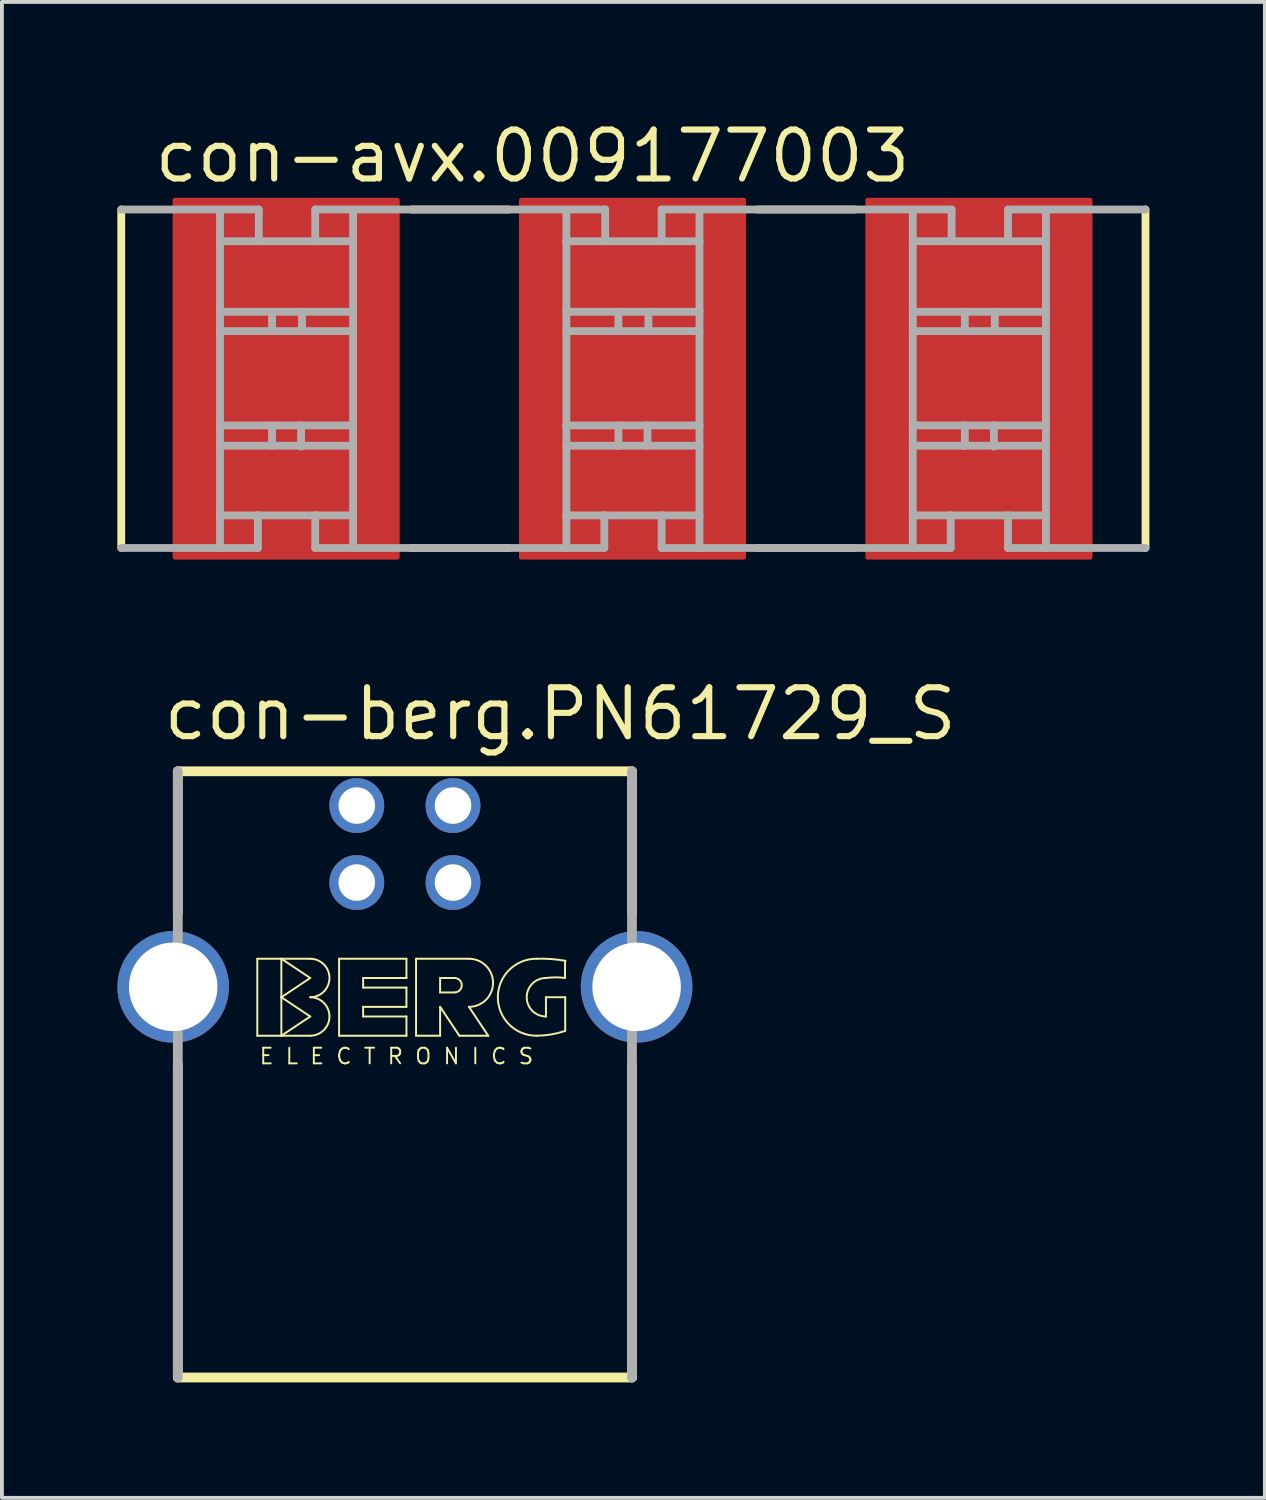
<source format=kicad_pcb>
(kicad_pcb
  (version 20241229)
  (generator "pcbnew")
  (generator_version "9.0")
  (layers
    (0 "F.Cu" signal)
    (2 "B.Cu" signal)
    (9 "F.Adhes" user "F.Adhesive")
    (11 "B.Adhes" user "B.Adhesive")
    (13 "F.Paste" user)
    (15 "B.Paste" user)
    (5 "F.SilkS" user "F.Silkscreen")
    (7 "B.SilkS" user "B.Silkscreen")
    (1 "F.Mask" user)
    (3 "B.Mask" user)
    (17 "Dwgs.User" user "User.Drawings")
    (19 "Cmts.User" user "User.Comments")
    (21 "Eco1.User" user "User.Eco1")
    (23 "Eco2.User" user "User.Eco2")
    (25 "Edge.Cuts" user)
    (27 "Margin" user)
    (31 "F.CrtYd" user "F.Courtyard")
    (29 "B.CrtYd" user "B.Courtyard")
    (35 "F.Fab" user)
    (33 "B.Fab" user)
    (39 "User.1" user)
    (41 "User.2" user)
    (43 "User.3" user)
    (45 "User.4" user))
  (footprint "con-berg.PN61729_S"
    (layer "F.Cu")
    (at 7.47 22.59)
    (property "Reference" "con-berg.PN61729_S" (at -6.35 -6.35 0) (layer "F.SilkS") (effects (font (size 1.27 1.27) (thickness 0.16)) (justify left bottom)))
    (attr through_hole)
    (fp_line (start -5.9 -5.6) (end -5.9 -1.915) (stroke (width 0.254) (type default)) (layer "F.SilkS"))
    (fp_line (start -5.9 2.02) (end -5.9 10.15) (stroke (width 0.254) (type default)) (layer "F.SilkS"))
    (fp_line (start -5.9 10.15) (end 5.9 10.15) (stroke (width 0.254) (type default)) (layer "F.SilkS"))
    (fp_line (start -3.835 -0.73) (end -3.835 1.27) (stroke (width 0.051) (type default)) (layer "F.SilkS"))
    (fp_line (start -3.835 1.27) (end -3.21 1.27) (stroke (width 0.051) (type default)) (layer "F.SilkS"))
    (fp_line (start -3.21 -0.73) (end -3.835 -0.73) (stroke (width 0.051) (type default)) (layer "F.SilkS"))
    (fp_line (start -3.21 -0.73) (end -2.46 -0.23) (stroke (width 0.051) (type default)) (layer "F.SilkS"))
    (fp_line (start -3.21 0.27) (end -3.21 -0.73) (stroke (width 0.051) (type default)) (layer "F.SilkS"))
    (fp_line (start -3.21 0.27) (end -2.46 0.77) (stroke (width 0.051) (type default)) (layer "F.SilkS"))
    (fp_line (start -3.21 1.27) (end -3.21 0.27) (stroke (width 0.051) (type default)) (layer "F.SilkS"))
    (fp_line (start -2.46 -0.73) (end -3.21 -0.73) (stroke (width 0.051) (type default)) (layer "F.SilkS"))
    (fp_line (start -2.46 -0.23) (end -3.21 0.27) (stroke (width 0.051) (type default)) (layer "F.SilkS"))
    (fp_line (start -2.46 0.77) (end -3.21 1.27) (stroke (width 0.051) (type default)) (layer "F.SilkS"))
    (fp_line (start -2.46 1.27) (end -3.21 1.27) (stroke (width 0.051) (type default)) (layer "F.SilkS"))
    (fp_line (start -1.71 -0.73) (end -1.71 1.27) (stroke (width 0.051) (type default)) (layer "F.SilkS"))
    (fp_line (start -1.71 1.27) (end 0.04 1.27) (stroke (width 0.051) (type default)) (layer "F.SilkS"))
    (fp_line (start -1.085 -0.23) (end 0.04 -0.23) (stroke (width 0.051) (type default)) (layer "F.SilkS"))
    (fp_line (start -1.085 0.02) (end -1.085 -0.23) (stroke (width 0.051) (type default)) (layer "F.SilkS"))
    (fp_line (start -1.085 0.52) (end 0.04 0.52) (stroke (width 0.051) (type default)) (layer "F.SilkS"))
    (fp_line (start -1.085 0.77) (end -1.085 0.52) (stroke (width 0.051) (type default)) (layer "F.SilkS"))
    (fp_line (start 0.04 -0.73) (end -1.71 -0.73) (stroke (width 0.051) (type default)) (layer "F.SilkS"))
    (fp_line (start 0.04 -0.23) (end 0.04 -0.73) (stroke (width 0.051) (type default)) (layer "F.SilkS"))
    (fp_line (start 0.04 0.02) (end -1.085 0.02) (stroke (width 0.051) (type default)) (layer "F.SilkS"))
    (fp_line (start 0.04 0.52) (end 0.04 0.02) (stroke (width 0.051) (type default)) (layer "F.SilkS"))
    (fp_line (start 0.04 0.77) (end -1.085 0.77) (stroke (width 0.051) (type default)) (layer "F.SilkS"))
    (fp_line (start 0.04 1.27) (end 0.04 0.77) (stroke (width 0.051) (type default)) (layer "F.SilkS"))
    (fp_line (start 0.29 -0.73) (end 0.29 1.27) (stroke (width 0.051) (type default)) (layer "F.SilkS"))
    (fp_line (start 0.29 -0.73) (end 1.665 -0.73) (stroke (width 0.051) (type default)) (layer "F.SilkS"))
    (fp_line (start 0.29 1.27) (end 0.915 1.27) (stroke (width 0.051) (type default)) (layer "F.SilkS"))
    (fp_line (start 0.915 -0.23) (end 0.915 0.145) (stroke (width 0.051) (type default)) (layer "F.SilkS"))
    (fp_line (start 0.915 -0.23) (end 1.29 -0.23) (stroke (width 0.051) (type default)) (layer "F.SilkS"))
    (fp_line (start 0.915 0.145) (end 1.29 0.145) (stroke (width 0.051) (type default)) (layer "F.SilkS"))
    (fp_line (start 0.915 0.52) (end 1.415 1.27) (stroke (width 0.051) (type default)) (layer "F.SilkS"))
    (fp_line (start 0.915 1.27) (end 0.915 0.52) (stroke (width 0.051) (type default)) (layer "F.SilkS"))
    (fp_line (start 1.415 1.27) (end 2.165 1.27) (stroke (width 0.051) (type default)) (layer "F.SilkS"))
    (fp_line (start 2.165 1.27) (end 1.665 0.52) (stroke (width 0.051) (type default)) (layer "F.SilkS"))
    (fp_line (start 3.665 0.27) (end 3.665 0.77) (stroke (width 0.051) (type default)) (layer "F.SilkS"))
    (fp_line (start 3.665 0.27) (end 4.165 0.27) (stroke (width 0.051) (type default)) (layer "F.SilkS"))
    (fp_line (start 4.16 -0.23) (end 4.16 -0.675) (stroke (width 0.051) (type default)) (layer "F.SilkS"))
    (fp_line (start 4.165 0.27) (end 4.165 1.145) (stroke (width 0.051) (type default)) (layer "F.SilkS"))
    (fp_line (start 5.9 -5.6) (end -5.9 -5.6) (stroke (width 0.254) (type default)) (layer "F.SilkS"))
    (fp_line (start 5.9 -1.915) (end 5.9 -5.6) (stroke (width 0.254) (type default)) (layer "F.SilkS"))
    (fp_line (start 5.9 10.15) (end 5.9 2.02) (stroke (width 0.254) (type default)) (layer "F.SilkS"))
    (fp_arc (start -2.46 -0.73) (mid -1.96 -0.23) (end -2.46 0.27) (stroke (width 0.0508) (type default)) (layer "F.SilkS"))
    (fp_arc (start -2.46 0.27) (mid -1.96 0.77) (end -2.46 1.27) (stroke (width 0.0508) (type default)) (layer "F.SilkS"))
    (fp_arc (start 1.29 -0.23) (mid 1.4775 -0.0425) (end 1.29 0.145) (stroke (width 0.0508) (type default)) (layer "F.SilkS"))
    (fp_arc (start 1.665 -0.73) (mid 2.29 -0.105) (end 1.665 0.52) (stroke (width 0.0508) (type default)) (layer "F.SilkS"))
    (fp_arc (start 3.415 -0.73) (mid 3.796448 -0.72251) (end 4.175 -0.675) (stroke (width 0.0508) (type default)) (layer "F.SilkS"))
    (fp_arc (start 3.415 1.27) (mid 2.415 0.27) (end 3.415 -0.73) (stroke (width 0.0508) (type default)) (layer "F.SilkS"))
    (fp_arc (start 3.665 -0.23) (mid 3.915 -0.246593) (end 4.165 -0.23) (stroke (width 0.0508) (type default)) (layer "F.SilkS"))
    (fp_arc (start 3.665 0.77) (mid 3.165 0.27) (end 3.665 -0.23) (stroke (width 0.0508) (type default)) (layer "F.SilkS"))
    (fp_arc (start 4.165 1.145) (mid 3.795035 1.237709) (end 3.415 1.27) (stroke (width 0.0508) (type default)) (layer "F.SilkS"))
    (fp_line (start -5.9 -5.6) (end -5.9 10.15) (stroke (width 0.254) (type default)) (layer "F.Fab"))
    (fp_line (start 5.9 10.15) (end 5.9 -5.6) (stroke (width 0.254) (type default)) (layer "F.Fab"))
    (fp_text user "E L E C T R O N I C S" (at -3.81 2.04 0) (layer "F.SilkS") (effects (font (size 0.406 0.406) (thickness 0.05)) (justify left bottom)))
    (pad "1" thru_hole circle (at 1.25 -4.71) (size 1.425 1.425) (drill 0.95) (layers "*.Cu" "*.Mask"))
    (pad "2" thru_hole circle (at -1.25 -4.71) (size 1.425 1.425) (drill 0.95) (layers "*.Cu" "*.Mask"))
    (pad "3" thru_hole circle (at -1.25 -2.71) (size 1.425 1.425) (drill 0.95) (layers "*.Cu" "*.Mask"))
    (pad "4" thru_hole circle (at 1.25 -2.71) (size 1.425 1.425) (drill 0.95) (layers "*.Cu" "*.Mask"))
    (pad "S1" thru_hole circle (at -6.02 0) (size 2.9 2.9) (drill 2.3) (layers "*.Cu" "*.Mask"))
    (pad "S2" thru_hole circle (at 6.02 0) (size 2.9 2.9) (drill 2.3) (layers "*.Cu" "*.Mask")))
  (footprint "con-avx.009177003"
    (layer "F.Cu")
    (at 13.384 6.79)
    (property "Reference" "con-avx.009177003" (at -12.5 -5.04 0) (layer "F.SilkS") (effects (font (size 1.27 1.27) (thickness 0.16)) (justify left bottom)))
    (attr smd)
    (fp_line (start -13.283 4.397) (end -13.283 -4.397) (stroke (width 0.203) (type default)) (layer "F.SilkS"))
    (fp_line (start -5.744 -4.397) (end -3.21 -4.397) (stroke (width 0.203) (type default)) (layer "F.SilkS"))
    (fp_line (start -3.218 4.397) (end -5.744 4.397) (stroke (width 0.203) (type default)) (layer "F.SilkS"))
    (fp_line (start 3.256 -4.397) (end 5.79 -4.397) (stroke (width 0.203) (type default)) (layer "F.SilkS"))
    (fp_line (start 5.782 4.397) (end 3.24 4.397) (stroke (width 0.203) (type default)) (layer "F.SilkS"))
    (fp_line (start 13.328 -4.397) (end 13.328 4.397) (stroke (width 0.203) (type default)) (layer "F.SilkS"))
    (fp_line (start -13.283 -4.397) (end -9.71 -4.397) (stroke (width 0.203) (type default)) (layer "F.Fab"))
    (fp_line (start -10.718 -3.573) (end -10.718 -4.351) (stroke (width 0.203) (type default)) (layer "F.Fab"))
    (fp_line (start -10.718 -3.573) (end -9.71 -3.573) (stroke (width 0.203) (type default)) (layer "F.Fab"))
    (fp_line (start -10.718 -1.74) (end -10.718 -3.573) (stroke (width 0.203) (type default)) (layer "F.Fab"))
    (fp_line (start -10.718 -1.74) (end -9.366 -1.74) (stroke (width 0.203) (type default)) (layer "F.Fab"))
    (fp_line (start -10.718 -1.237) (end -10.718 -1.74) (stroke (width 0.203) (type default)) (layer "F.Fab"))
    (fp_line (start -10.718 -1.237) (end -9.366 -1.237) (stroke (width 0.203) (type default)) (layer "F.Fab"))
    (fp_line (start -10.718 1.214) (end -10.718 -1.237) (stroke (width 0.203) (type default)) (layer "F.Fab"))
    (fp_line (start -10.718 1.214) (end -9.366 1.214) (stroke (width 0.203) (type default)) (layer "F.Fab"))
    (fp_line (start -10.718 1.74) (end -10.718 1.214) (stroke (width 0.203) (type default)) (layer "F.Fab"))
    (fp_line (start -10.718 1.74) (end -9.366 1.74) (stroke (width 0.203) (type default)) (layer "F.Fab"))
    (fp_line (start -10.718 3.55) (end -10.718 1.74) (stroke (width 0.203) (type default)) (layer "F.Fab"))
    (fp_line (start -10.718 4.397) (end -10.718 3.55) (stroke (width 0.203) (type default)) (layer "F.Fab"))
    (fp_line (start -9.733 3.55) (end -10.718 3.55) (stroke (width 0.203) (type default)) (layer "F.Fab"))
    (fp_line (start -9.733 3.55) (end -8.244 3.55) (stroke (width 0.203) (type default)) (layer "F.Fab"))
    (fp_line (start -9.733 4.397) (end -13.283 4.397) (stroke (width 0.203) (type default)) (layer "F.Fab"))
    (fp_line (start -9.733 4.397) (end -9.733 3.55) (stroke (width 0.203) (type default)) (layer "F.Fab"))
    (fp_line (start -9.71 -3.573) (end -9.71 -4.397) (stroke (width 0.203) (type default)) (layer "F.Fab"))
    (fp_line (start -9.71 -3.573) (end -8.244 -3.573) (stroke (width 0.203) (type default)) (layer "F.Fab"))
    (fp_line (start -9.366 -1.74) (end -8.588 -1.74) (stroke (width 0.203) (type default)) (layer "F.Fab"))
    (fp_line (start -9.366 -1.237) (end -9.366 -1.74) (stroke (width 0.203) (type default)) (layer "F.Fab"))
    (fp_line (start -9.366 -1.237) (end -8.588 -1.237) (stroke (width 0.203) (type default)) (layer "F.Fab"))
    (fp_line (start -9.366 1.214) (end -8.611 1.214) (stroke (width 0.203) (type default)) (layer "F.Fab"))
    (fp_line (start -9.366 1.74) (end -9.366 1.214) (stroke (width 0.203) (type default)) (layer "F.Fab"))
    (fp_line (start -9.366 1.74) (end -7.26 1.74) (stroke (width 0.203) (type default)) (layer "F.Fab"))
    (fp_line (start -8.611 1.214) (end -7.26 1.214) (stroke (width 0.203) (type default)) (layer "F.Fab"))
    (fp_line (start -8.611 1.763) (end -8.611 1.214) (stroke (width 0.203) (type default)) (layer "F.Fab"))
    (fp_line (start -8.588 -1.74) (end -7.26 -1.74) (stroke (width 0.203) (type default)) (layer "F.Fab"))
    (fp_line (start -8.588 -1.237) (end -8.588 -1.74) (stroke (width 0.203) (type default)) (layer "F.Fab"))
    (fp_line (start -8.588 -1.237) (end -7.26 -1.237) (stroke (width 0.203) (type default)) (layer "F.Fab"))
    (fp_line (start -8.244 -4.397) (end -0.71 -4.397) (stroke (width 0.203) (type default)) (layer "F.Fab"))
    (fp_line (start -8.244 -3.573) (end -8.244 -4.397) (stroke (width 0.203) (type default)) (layer "F.Fab"))
    (fp_line (start -8.244 -3.573) (end -7.26 -3.573) (stroke (width 0.203) (type default)) (layer "F.Fab"))
    (fp_line (start -8.244 3.55) (end -7.26 3.55) (stroke (width 0.203) (type default)) (layer "F.Fab"))
    (fp_line (start -8.244 4.397) (end -8.244 3.55) (stroke (width 0.203) (type default)) (layer "F.Fab"))
    (fp_line (start -7.26 -3.573) (end -7.26 -4.351) (stroke (width 0.203) (type default)) (layer "F.Fab"))
    (fp_line (start -7.26 -1.74) (end -7.26 -3.573) (stroke (width 0.203) (type default)) (layer "F.Fab"))
    (fp_line (start -7.26 -1.237) (end -7.26 -1.74) (stroke (width 0.203) (type default)) (layer "F.Fab"))
    (fp_line (start -7.26 1.214) (end -7.26 -1.237) (stroke (width 0.203) (type default)) (layer "F.Fab"))
    (fp_line (start -7.26 1.74) (end -7.26 1.214) (stroke (width 0.203) (type default)) (layer "F.Fab"))
    (fp_line (start -7.26 3.55) (end -7.26 1.74) (stroke (width 0.203) (type default)) (layer "F.Fab"))
    (fp_line (start -7.26 4.397) (end -7.26 3.55) (stroke (width 0.203) (type default)) (layer "F.Fab"))
    (fp_line (start -1.718 -3.573) (end -1.718 -4.351) (stroke (width 0.203) (type default)) (layer "F.Fab"))
    (fp_line (start -1.718 -3.573) (end -0.71 -3.573) (stroke (width 0.203) (type default)) (layer "F.Fab"))
    (fp_line (start -1.718 -1.74) (end -1.718 -3.573) (stroke (width 0.203) (type default)) (layer "F.Fab"))
    (fp_line (start -1.718 -1.74) (end -0.366 -1.74) (stroke (width 0.203) (type default)) (layer "F.Fab"))
    (fp_line (start -1.718 -1.237) (end -1.718 -1.74) (stroke (width 0.203) (type default)) (layer "F.Fab"))
    (fp_line (start -1.718 -1.237) (end -0.366 -1.237) (stroke (width 0.203) (type default)) (layer "F.Fab"))
    (fp_line (start -1.718 1.214) (end -1.718 -1.237) (stroke (width 0.203) (type default)) (layer "F.Fab"))
    (fp_line (start -1.718 1.214) (end -0.366 1.214) (stroke (width 0.203) (type default)) (layer "F.Fab"))
    (fp_line (start -1.718 1.74) (end -1.718 1.214) (stroke (width 0.203) (type default)) (layer "F.Fab"))
    (fp_line (start -1.718 1.74) (end -0.366 1.74) (stroke (width 0.203) (type default)) (layer "F.Fab"))
    (fp_line (start -1.718 3.55) (end -1.718 1.74) (stroke (width 0.203) (type default)) (layer "F.Fab"))
    (fp_line (start -1.718 4.397) (end -8.244 4.397) (stroke (width 0.203) (type default)) (layer "F.Fab"))
    (fp_line (start -1.718 4.397) (end -1.718 3.55) (stroke (width 0.203) (type default)) (layer "F.Fab"))
    (fp_line (start -0.733 3.55) (end -1.718 3.55) (stroke (width 0.203) (type default)) (layer "F.Fab"))
    (fp_line (start -0.733 3.55) (end 0.756 3.55) (stroke (width 0.203) (type default)) (layer "F.Fab"))
    (fp_line (start -0.733 4.397) (end -1.718 4.397) (stroke (width 0.203) (type default)) (layer "F.Fab"))
    (fp_line (start -0.733 4.397) (end -0.733 3.55) (stroke (width 0.203) (type default)) (layer "F.Fab"))
    (fp_line (start -0.71 -3.573) (end -0.71 -4.397) (stroke (width 0.203) (type default)) (layer "F.Fab"))
    (fp_line (start -0.71 -3.573) (end 0.756 -3.573) (stroke (width 0.203) (type default)) (layer "F.Fab"))
    (fp_line (start -0.366 -1.74) (end 0.412 -1.74) (stroke (width 0.203) (type default)) (layer "F.Fab"))
    (fp_line (start -0.366 -1.237) (end -0.366 -1.74) (stroke (width 0.203) (type default)) (layer "F.Fab"))
    (fp_line (start -0.366 -1.237) (end 0.412 -1.237) (stroke (width 0.203) (type default)) (layer "F.Fab"))
    (fp_line (start -0.366 1.214) (end 0.389 1.214) (stroke (width 0.203) (type default)) (layer "F.Fab"))
    (fp_line (start -0.366 1.74) (end -0.366 1.214) (stroke (width 0.203) (type default)) (layer "F.Fab"))
    (fp_line (start -0.366 1.74) (end 0.389 1.74) (stroke (width 0.203) (type default)) (layer "F.Fab"))
    (fp_line (start 0.389 1.214) (end 1.74 1.214) (stroke (width 0.203) (type default)) (layer "F.Fab"))
    (fp_line (start 0.389 1.74) (end 0.389 1.214) (stroke (width 0.203) (type default)) (layer "F.Fab"))
    (fp_line (start 0.389 1.74) (end 1.74 1.74) (stroke (width 0.203) (type default)) (layer "F.Fab"))
    (fp_line (start 0.412 -1.74) (end 1.74 -1.74) (stroke (width 0.203) (type default)) (layer "F.Fab"))
    (fp_line (start 0.412 -1.237) (end 0.412 -1.74) (stroke (width 0.203) (type default)) (layer "F.Fab"))
    (fp_line (start 0.412 -1.237) (end 1.74 -1.237) (stroke (width 0.203) (type default)) (layer "F.Fab"))
    (fp_line (start 0.756 -4.397) (end 8.29 -4.397) (stroke (width 0.203) (type default)) (layer "F.Fab"))
    (fp_line (start 0.756 -3.573) (end 0.756 -4.397) (stroke (width 0.203) (type default)) (layer "F.Fab"))
    (fp_line (start 0.756 -3.573) (end 1.74 -3.573) (stroke (width 0.203) (type default)) (layer "F.Fab"))
    (fp_line (start 0.756 3.55) (end 1.74 3.55) (stroke (width 0.203) (type default)) (layer "F.Fab"))
    (fp_line (start 0.756 4.397) (end 0.756 3.55) (stroke (width 0.203) (type default)) (layer "F.Fab"))
    (fp_line (start 1.74 -3.573) (end 1.74 -4.351) (stroke (width 0.203) (type default)) (layer "F.Fab"))
    (fp_line (start 1.74 -1.74) (end 1.74 -3.573) (stroke (width 0.203) (type default)) (layer "F.Fab"))
    (fp_line (start 1.74 -1.237) (end 1.74 -1.74) (stroke (width 0.203) (type default)) (layer "F.Fab"))
    (fp_line (start 1.74 1.214) (end 1.74 -1.237) (stroke (width 0.203) (type default)) (layer "F.Fab"))
    (fp_line (start 1.74 1.74) (end 1.74 1.214) (stroke (width 0.203) (type default)) (layer "F.Fab"))
    (fp_line (start 1.74 3.55) (end 1.74 1.74) (stroke (width 0.203) (type default)) (layer "F.Fab"))
    (fp_line (start 1.74 4.397) (end 0.756 4.397) (stroke (width 0.203) (type default)) (layer "F.Fab"))
    (fp_line (start 1.74 4.397) (end 1.74 3.55) (stroke (width 0.203) (type default)) (layer "F.Fab"))
    (fp_line (start 7.282 -3.573) (end 7.282 -4.351) (stroke (width 0.203) (type default)) (layer "F.Fab"))
    (fp_line (start 7.282 -3.573) (end 8.29 -3.573) (stroke (width 0.203) (type default)) (layer "F.Fab"))
    (fp_line (start 7.282 -1.74) (end 7.282 -3.573) (stroke (width 0.203) (type default)) (layer "F.Fab"))
    (fp_line (start 7.282 -1.74) (end 8.634 -1.74) (stroke (width 0.203) (type default)) (layer "F.Fab"))
    (fp_line (start 7.282 -1.237) (end 7.282 -1.74) (stroke (width 0.203) (type default)) (layer "F.Fab"))
    (fp_line (start 7.282 -1.237) (end 8.634 -1.237) (stroke (width 0.203) (type default)) (layer "F.Fab"))
    (fp_line (start 7.282 1.214) (end 7.282 -1.237) (stroke (width 0.203) (type default)) (layer "F.Fab"))
    (fp_line (start 7.282 1.214) (end 8.634 1.214) (stroke (width 0.203) (type default)) (layer "F.Fab"))
    (fp_line (start 7.282 1.74) (end 7.282 1.214) (stroke (width 0.203) (type default)) (layer "F.Fab"))
    (fp_line (start 7.282 1.74) (end 8.634 1.74) (stroke (width 0.203) (type default)) (layer "F.Fab"))
    (fp_line (start 7.282 3.55) (end 7.282 1.74) (stroke (width 0.203) (type default)) (layer "F.Fab"))
    (fp_line (start 7.282 4.397) (end 1.74 4.397) (stroke (width 0.203) (type default)) (layer "F.Fab"))
    (fp_line (start 7.282 4.397) (end 7.282 3.55) (stroke (width 0.203) (type default)) (layer "F.Fab"))
    (fp_line (start 8.267 3.55) (end 7.282 3.55) (stroke (width 0.203) (type default)) (layer "F.Fab"))
    (fp_line (start 8.267 3.55) (end 9.756 3.55) (stroke (width 0.203) (type default)) (layer "F.Fab"))
    (fp_line (start 8.267 4.397) (end 7.282 4.397) (stroke (width 0.203) (type default)) (layer "F.Fab"))
    (fp_line (start 8.267 4.397) (end 8.267 3.55) (stroke (width 0.203) (type default)) (layer "F.Fab"))
    (fp_line (start 8.29 -3.573) (end 8.29 -4.397) (stroke (width 0.203) (type default)) (layer "F.Fab"))
    (fp_line (start 8.29 -3.573) (end 9.756 -3.573) (stroke (width 0.203) (type default)) (layer "F.Fab"))
    (fp_line (start 8.634 -1.74) (end 9.412 -1.74) (stroke (width 0.203) (type default)) (layer "F.Fab"))
    (fp_line (start 8.634 -1.237) (end 8.634 -1.74) (stroke (width 0.203) (type default)) (layer "F.Fab"))
    (fp_line (start 8.634 -1.237) (end 9.412 -1.237) (stroke (width 0.203) (type default)) (layer "F.Fab"))
    (fp_line (start 8.634 1.214) (end 9.389 1.214) (stroke (width 0.203) (type default)) (layer "F.Fab"))
    (fp_line (start 8.634 1.74) (end 8.634 1.214) (stroke (width 0.203) (type default)) (layer "F.Fab"))
    (fp_line (start 8.634 1.74) (end 10.741 1.74) (stroke (width 0.203) (type default)) (layer "F.Fab"))
    (fp_line (start 9.389 1.214) (end 10.741 1.214) (stroke (width 0.203) (type default)) (layer "F.Fab"))
    (fp_line (start 9.389 1.763) (end 9.389 1.214) (stroke (width 0.203) (type default)) (layer "F.Fab"))
    (fp_line (start 9.412 -1.74) (end 10.741 -1.74) (stroke (width 0.203) (type default)) (layer "F.Fab"))
    (fp_line (start 9.412 -1.237) (end 9.412 -1.74) (stroke (width 0.203) (type default)) (layer "F.Fab"))
    (fp_line (start 9.412 -1.237) (end 10.741 -1.237) (stroke (width 0.203) (type default)) (layer "F.Fab"))
    (fp_line (start 9.756 -4.397) (end 13.328 -4.397) (stroke (width 0.203) (type default)) (layer "F.Fab"))
    (fp_line (start 9.756 -3.573) (end 9.756 -4.397) (stroke (width 0.203) (type default)) (layer "F.Fab"))
    (fp_line (start 9.756 -3.573) (end 10.741 -3.573) (stroke (width 0.203) (type default)) (layer "F.Fab"))
    (fp_line (start 9.756 3.55) (end 10.741 3.55) (stroke (width 0.203) (type default)) (layer "F.Fab"))
    (fp_line (start 9.756 4.397) (end 9.756 3.55) (stroke (width 0.203) (type default)) (layer "F.Fab"))
    (fp_line (start 10.741 -3.573) (end 10.741 -4.351) (stroke (width 0.203) (type default)) (layer "F.Fab"))
    (fp_line (start 10.741 -1.74) (end 10.741 -3.573) (stroke (width 0.203) (type default)) (layer "F.Fab"))
    (fp_line (start 10.741 -1.237) (end 10.741 -1.74) (stroke (width 0.203) (type default)) (layer "F.Fab"))
    (fp_line (start 10.741 1.214) (end 10.741 -1.237) (stroke (width 0.203) (type default)) (layer "F.Fab"))
    (fp_line (start 10.741 1.74) (end 10.741 1.214) (stroke (width 0.203) (type default)) (layer "F.Fab"))
    (fp_line (start 10.741 3.55) (end 10.741 1.74) (stroke (width 0.203) (type default)) (layer "F.Fab"))
    (fp_line (start 10.741 4.397) (end 9.756 4.397) (stroke (width 0.203) (type default)) (layer "F.Fab"))
    (fp_line (start 10.741 4.397) (end 10.741 3.55) (stroke (width 0.203) (type default)) (layer "F.Fab"))
    (fp_line (start 13.328 4.397) (end 10.741 4.397) (stroke (width 0.203) (type default)) (layer "F.Fab"))
    (pad "1" smd roundrect (at -9 0) (size 5.9 9.4) (layers "F.Cu" "F.Mask" "F.Paste") (roundrect_rratio 0.01))
    (pad "2" smd roundrect (at 0 0) (size 5.9 9.4) (layers "F.Cu" "F.Mask" "F.Paste") (roundrect_rratio 0.01))
    (pad "3" smd roundrect (at 9 0) (size 5.9 9.4) (layers "F.Cu" "F.Mask" "F.Paste") (roundrect_rratio 0.01)))
  (gr_rect
    (start -3 -3)
    (end 29.814 35.867)
    (stroke (width 0.1) (type default))
    (fill no)
    (layer "Edge.Cuts")))
</source>
